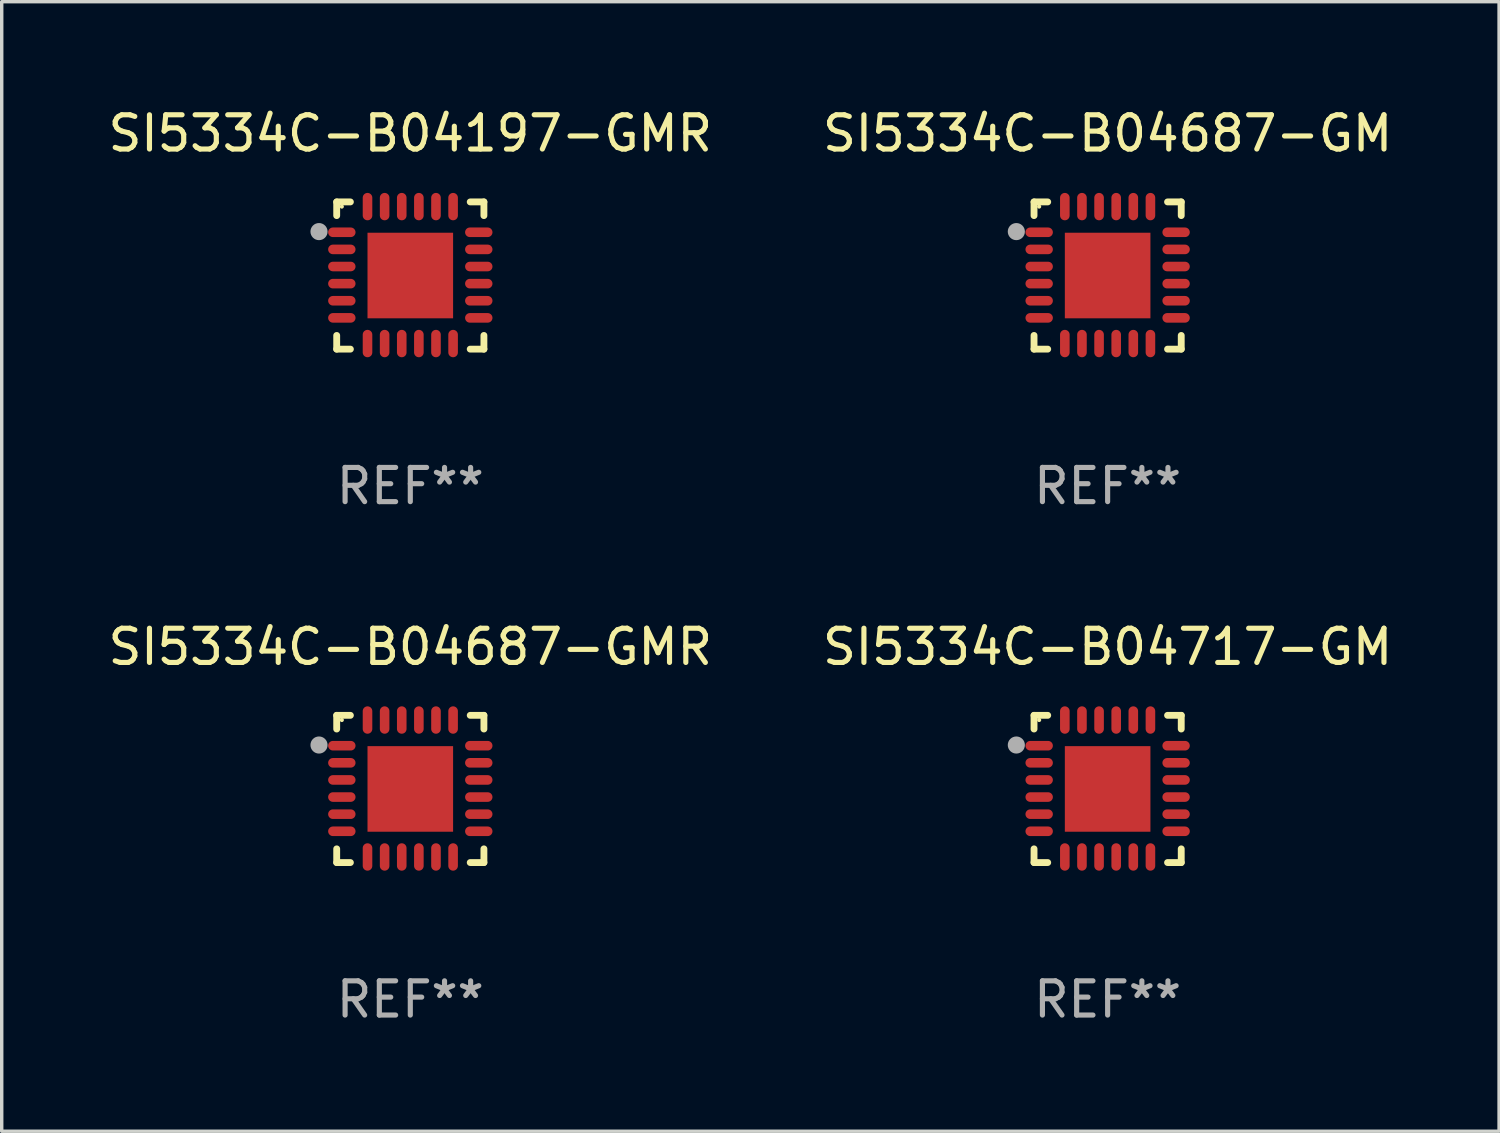
<source format=kicad_pcb>
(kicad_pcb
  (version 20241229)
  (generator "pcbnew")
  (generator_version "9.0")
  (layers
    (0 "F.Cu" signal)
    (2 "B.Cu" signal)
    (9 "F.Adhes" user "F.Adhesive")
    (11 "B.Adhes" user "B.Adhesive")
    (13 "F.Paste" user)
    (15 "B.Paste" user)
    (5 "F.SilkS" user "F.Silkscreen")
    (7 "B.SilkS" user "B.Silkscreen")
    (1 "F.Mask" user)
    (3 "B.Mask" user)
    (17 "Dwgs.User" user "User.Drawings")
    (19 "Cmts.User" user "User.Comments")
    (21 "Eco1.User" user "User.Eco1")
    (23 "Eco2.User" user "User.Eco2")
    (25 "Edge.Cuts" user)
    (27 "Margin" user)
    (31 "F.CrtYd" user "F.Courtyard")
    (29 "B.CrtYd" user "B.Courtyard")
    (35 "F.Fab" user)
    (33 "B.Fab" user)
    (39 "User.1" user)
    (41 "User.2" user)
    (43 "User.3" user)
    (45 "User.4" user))
  (footprint "SI5334C-B04687-GMR"
    (layer "F.Cu")
    (at 8.935 19.995)
    (property "Reference" "SI5334C-B04687-GMR" (at 0 -4.15 0) (layer "F.SilkS") (effects (font (size 1 1) (thickness 0.15))))
    (attr through_hole)
    (fp_line (start -2.15 -2.15) (end -1.75 -2.15) (stroke (width 0.2) (type solid)) (layer "F.SilkS"))
    (fp_line (start -2.15 -1.75) (end -2.15 -2.15) (stroke (width 0.2) (type solid)) (layer "F.SilkS"))
    (fp_line (start -2.15 2.15) (end -2.15 1.75) (stroke (width 0.2) (type solid)) (layer "F.SilkS"))
    (fp_line (start -1.75 2.15) (end -2.15 2.15) (stroke (width 0.2) (type solid)) (layer "F.SilkS"))
    (fp_line (start 1.75 -2.15) (end 2.15 -2.15) (stroke (width 0.2) (type solid)) (layer "F.SilkS"))
    (fp_line (start 1.75 2.15) (end 2.15 2.15) (stroke (width 0.2) (type solid)) (layer "F.SilkS"))
    (fp_line (start 2.15 -2.15) (end 2.15 -1.75) (stroke (width 0.2) (type solid)) (layer "F.SilkS"))
    (fp_line (start 2.15 2.15) (end 2.15 1.75) (stroke (width 0.2) (type solid)) (layer "F.SilkS"))
    (fp_circle (center -2 -2.013) (end -1.97 -2.013) (stroke (width 0.06) (type solid)) (fill no) (layer "F.SilkS"))
    (fp_circle (center -2.667 -1.283) (end -2.542 -1.283) (stroke (width 0.25) (type solid)) (fill no) (layer "F.Fab"))
    (fp_text user "REF**" (at 0 6.15 0) (layer "F.Fab") (effects (font (size 1 1) (thickness 0.15))))
    (pad "1" smd oval (at -2 -1.263) (size 0.8 0.28) (layers "F.Cu" "F.Mask" "F.Paste"))
    (pad "2" smd oval (at -2 -0.763) (size 0.8 0.28) (layers "F.Cu" "F.Mask" "F.Paste"))
    (pad "3" smd oval (at -2 -0.263) (size 0.8 0.28) (layers "F.Cu" "F.Mask" "F.Paste"))
    (pad "4" smd oval (at -2 0.237) (size 0.8 0.28) (layers "F.Cu" "F.Mask" "F.Paste"))
    (pad "5" smd oval (at -2 0.737) (size 0.8 0.28) (layers "F.Cu" "F.Mask" "F.Paste"))
    (pad "6" smd oval (at -2 1.237) (size 0.8 0.28) (layers "F.Cu" "F.Mask" "F.Paste"))
    (pad "7" smd oval (at -1.25 1.987) (size 0.28 0.8) (layers "F.Cu" "F.Mask" "F.Paste"))
    (pad "8" smd oval (at -0.75 1.987) (size 0.28 0.8) (layers "F.Cu" "F.Mask" "F.Paste"))
    (pad "9" smd oval (at -0.25 1.987) (size 0.28 0.8) (layers "F.Cu" "F.Mask" "F.Paste"))
    (pad "10" smd oval (at 0.25 1.987) (size 0.28 0.8) (layers "F.Cu" "F.Mask" "F.Paste"))
    (pad "11" smd oval (at 0.75 1.987) (size 0.28 0.8) (layers "F.Cu" "F.Mask" "F.Paste"))
    (pad "12" smd oval (at 1.25 1.987) (size 0.28 0.8) (layers "F.Cu" "F.Mask" "F.Paste"))
    (pad "13" smd oval (at 2 1.237) (size 0.8 0.28) (layers "F.Cu" "F.Mask" "F.Paste"))
    (pad "14" smd oval (at 2 0.737) (size 0.8 0.28) (layers "F.Cu" "F.Mask" "F.Paste"))
    (pad "15" smd oval (at 2 0.237) (size 0.8 0.28) (layers "F.Cu" "F.Mask" "F.Paste"))
    (pad "16" smd oval (at 2 -0.263) (size 0.8 0.28) (layers "F.Cu" "F.Mask" "F.Paste"))
    (pad "17" smd oval (at 2 -0.763) (size 0.8 0.28) (layers "F.Cu" "F.Mask" "F.Paste"))
    (pad "18" smd oval (at 2 -1.263) (size 0.8 0.28) (layers "F.Cu" "F.Mask" "F.Paste"))
    (pad "19" smd oval (at 1.25 -2.013) (size 0.28 0.8) (layers "F.Cu" "F.Mask" "F.Paste"))
    (pad "20" smd oval (at 0.75 -2.013) (size 0.28 0.8) (layers "F.Cu" "F.Mask" "F.Paste"))
    (pad "21" smd oval (at 0.25 -2.013) (size 0.28 0.8) (layers "F.Cu" "F.Mask" "F.Paste"))
    (pad "22" smd oval (at -0.25 -2.013) (size 0.28 0.8) (layers "F.Cu" "F.Mask" "F.Paste"))
    (pad "23" smd oval (at -0.75 -2.013) (size 0.28 0.8) (layers "F.Cu" "F.Mask" "F.Paste"))
    (pad "24" smd oval (at -1.25 -2.013) (size 0.28 0.8) (layers "F.Cu" "F.Mask" "F.Paste"))
    (pad "25" smd rect (at -0.000127 -0.00014) (size 2.5 2.5) (layers "F.Cu" "F.Mask" "F.Paste")))
  (footprint "SI5334C-B04687-GM"
    (layer "F.Cu")
    (at 29.304 4.998)
    (property "Reference" "SI5334C-B04687-GM" (at 0 -4.15 0) (layer "F.SilkS") (effects (font (size 1 1) (thickness 0.15))))
    (attr through_hole)
    (fp_line (start -2.15 -2.15) (end -1.75 -2.15) (stroke (width 0.2) (type solid)) (layer "F.SilkS"))
    (fp_line (start -2.15 -1.75) (end -2.15 -2.15) (stroke (width 0.2) (type solid)) (layer "F.SilkS"))
    (fp_line (start -2.15 2.15) (end -2.15 1.75) (stroke (width 0.2) (type solid)) (layer "F.SilkS"))
    (fp_line (start -1.75 2.15) (end -2.15 2.15) (stroke (width 0.2) (type solid)) (layer "F.SilkS"))
    (fp_line (start 1.75 -2.15) (end 2.15 -2.15) (stroke (width 0.2) (type solid)) (layer "F.SilkS"))
    (fp_line (start 1.75 2.15) (end 2.15 2.15) (stroke (width 0.2) (type solid)) (layer "F.SilkS"))
    (fp_line (start 2.15 -2.15) (end 2.15 -1.75) (stroke (width 0.2) (type solid)) (layer "F.SilkS"))
    (fp_line (start 2.15 2.15) (end 2.15 1.75) (stroke (width 0.2) (type solid)) (layer "F.SilkS"))
    (fp_circle (center -2 -2.013) (end -1.97 -2.013) (stroke (width 0.06) (type solid)) (fill no) (layer "F.SilkS"))
    (fp_circle (center -2.667 -1.283) (end -2.542 -1.283) (stroke (width 0.25) (type solid)) (fill no) (layer "F.Fab"))
    (fp_text user "REF**" (at 0 6.15 0) (layer "F.Fab") (effects (font (size 1 1) (thickness 0.15))))
    (pad "1" smd oval (at -2 -1.263) (size 0.8 0.28) (layers "F.Cu" "F.Mask" "F.Paste"))
    (pad "2" smd oval (at -2 -0.763) (size 0.8 0.28) (layers "F.Cu" "F.Mask" "F.Paste"))
    (pad "3" smd oval (at -2 -0.263) (size 0.8 0.28) (layers "F.Cu" "F.Mask" "F.Paste"))
    (pad "4" smd oval (at -2 0.237) (size 0.8 0.28) (layers "F.Cu" "F.Mask" "F.Paste"))
    (pad "5" smd oval (at -2 0.737) (size 0.8 0.28) (layers "F.Cu" "F.Mask" "F.Paste"))
    (pad "6" smd oval (at -2 1.237) (size 0.8 0.28) (layers "F.Cu" "F.Mask" "F.Paste"))
    (pad "7" smd oval (at -1.25 1.987) (size 0.28 0.8) (layers "F.Cu" "F.Mask" "F.Paste"))
    (pad "8" smd oval (at -0.75 1.987) (size 0.28 0.8) (layers "F.Cu" "F.Mask" "F.Paste"))
    (pad "9" smd oval (at -0.25 1.987) (size 0.28 0.8) (layers "F.Cu" "F.Mask" "F.Paste"))
    (pad "10" smd oval (at 0.25 1.987) (size 0.28 0.8) (layers "F.Cu" "F.Mask" "F.Paste"))
    (pad "11" smd oval (at 0.75 1.987) (size 0.28 0.8) (layers "F.Cu" "F.Mask" "F.Paste"))
    (pad "12" smd oval (at 1.25 1.987) (size 0.28 0.8) (layers "F.Cu" "F.Mask" "F.Paste"))
    (pad "13" smd oval (at 2 1.237) (size 0.8 0.28) (layers "F.Cu" "F.Mask" "F.Paste"))
    (pad "14" smd oval (at 2 0.737) (size 0.8 0.28) (layers "F.Cu" "F.Mask" "F.Paste"))
    (pad "15" smd oval (at 2 0.237) (size 0.8 0.28) (layers "F.Cu" "F.Mask" "F.Paste"))
    (pad "16" smd oval (at 2 -0.263) (size 0.8 0.28) (layers "F.Cu" "F.Mask" "F.Paste"))
    (pad "17" smd oval (at 2 -0.763) (size 0.8 0.28) (layers "F.Cu" "F.Mask" "F.Paste"))
    (pad "18" smd oval (at 2 -1.263) (size 0.8 0.28) (layers "F.Cu" "F.Mask" "F.Paste"))
    (pad "19" smd oval (at 1.25 -2.013) (size 0.28 0.8) (layers "F.Cu" "F.Mask" "F.Paste"))
    (pad "20" smd oval (at 0.75 -2.013) (size 0.28 0.8) (layers "F.Cu" "F.Mask" "F.Paste"))
    (pad "21" smd oval (at 0.25 -2.013) (size 0.28 0.8) (layers "F.Cu" "F.Mask" "F.Paste"))
    (pad "22" smd oval (at -0.25 -2.013) (size 0.28 0.8) (layers "F.Cu" "F.Mask" "F.Paste"))
    (pad "23" smd oval (at -0.75 -2.013) (size 0.28 0.8) (layers "F.Cu" "F.Mask" "F.Paste"))
    (pad "24" smd oval (at -1.25 -2.013) (size 0.28 0.8) (layers "F.Cu" "F.Mask" "F.Paste"))
    (pad "25" smd rect (at -0.000127 -0.00014) (size 2.5 2.5) (layers "F.Cu" "F.Mask" "F.Paste")))
  (footprint "SI5334C-B04197-GMR"
    (layer "F.Cu")
    (at 8.935 4.998)
    (property "Reference" "SI5334C-B04197-GMR" (at 0 -4.15 0) (layer "F.SilkS") (effects (font (size 1 1) (thickness 0.15))))
    (attr through_hole)
    (fp_line (start -2.15 -2.15) (end -1.75 -2.15) (stroke (width 0.2) (type solid)) (layer "F.SilkS"))
    (fp_line (start -2.15 -1.75) (end -2.15 -2.15) (stroke (width 0.2) (type solid)) (layer "F.SilkS"))
    (fp_line (start -2.15 2.15) (end -2.15 1.75) (stroke (width 0.2) (type solid)) (layer "F.SilkS"))
    (fp_line (start -1.75 2.15) (end -2.15 2.15) (stroke (width 0.2) (type solid)) (layer "F.SilkS"))
    (fp_line (start 1.75 -2.15) (end 2.15 -2.15) (stroke (width 0.2) (type solid)) (layer "F.SilkS"))
    (fp_line (start 1.75 2.15) (end 2.15 2.15) (stroke (width 0.2) (type solid)) (layer "F.SilkS"))
    (fp_line (start 2.15 -2.15) (end 2.15 -1.75) (stroke (width 0.2) (type solid)) (layer "F.SilkS"))
    (fp_line (start 2.15 2.15) (end 2.15 1.75) (stroke (width 0.2) (type solid)) (layer "F.SilkS"))
    (fp_circle (center -2 -2.013) (end -1.97 -2.013) (stroke (width 0.06) (type solid)) (fill no) (layer "F.SilkS"))
    (fp_circle (center -2.667 -1.283) (end -2.542 -1.283) (stroke (width 0.25) (type solid)) (fill no) (layer "F.Fab"))
    (fp_text user "REF**" (at 0 6.15 0) (layer "F.Fab") (effects (font (size 1 1) (thickness 0.15))))
    (pad "1" smd oval (at -2 -1.263) (size 0.8 0.28) (layers "F.Cu" "F.Mask" "F.Paste"))
    (pad "2" smd oval (at -2 -0.763) (size 0.8 0.28) (layers "F.Cu" "F.Mask" "F.Paste"))
    (pad "3" smd oval (at -2 -0.263) (size 0.8 0.28) (layers "F.Cu" "F.Mask" "F.Paste"))
    (pad "4" smd oval (at -2 0.237) (size 0.8 0.28) (layers "F.Cu" "F.Mask" "F.Paste"))
    (pad "5" smd oval (at -2 0.737) (size 0.8 0.28) (layers "F.Cu" "F.Mask" "F.Paste"))
    (pad "6" smd oval (at -2 1.237) (size 0.8 0.28) (layers "F.Cu" "F.Mask" "F.Paste"))
    (pad "7" smd oval (at -1.25 1.987) (size 0.28 0.8) (layers "F.Cu" "F.Mask" "F.Paste"))
    (pad "8" smd oval (at -0.75 1.987) (size 0.28 0.8) (layers "F.Cu" "F.Mask" "F.Paste"))
    (pad "9" smd oval (at -0.25 1.987) (size 0.28 0.8) (layers "F.Cu" "F.Mask" "F.Paste"))
    (pad "10" smd oval (at 0.25 1.987) (size 0.28 0.8) (layers "F.Cu" "F.Mask" "F.Paste"))
    (pad "11" smd oval (at 0.75 1.987) (size 0.28 0.8) (layers "F.Cu" "F.Mask" "F.Paste"))
    (pad "12" smd oval (at 1.25 1.987) (size 0.28 0.8) (layers "F.Cu" "F.Mask" "F.Paste"))
    (pad "13" smd oval (at 2 1.237) (size 0.8 0.28) (layers "F.Cu" "F.Mask" "F.Paste"))
    (pad "14" smd oval (at 2 0.737) (size 0.8 0.28) (layers "F.Cu" "F.Mask" "F.Paste"))
    (pad "15" smd oval (at 2 0.237) (size 0.8 0.28) (layers "F.Cu" "F.Mask" "F.Paste"))
    (pad "16" smd oval (at 2 -0.263) (size 0.8 0.28) (layers "F.Cu" "F.Mask" "F.Paste"))
    (pad "17" smd oval (at 2 -0.763) (size 0.8 0.28) (layers "F.Cu" "F.Mask" "F.Paste"))
    (pad "18" smd oval (at 2 -1.263) (size 0.8 0.28) (layers "F.Cu" "F.Mask" "F.Paste"))
    (pad "19" smd oval (at 1.25 -2.013) (size 0.28 0.8) (layers "F.Cu" "F.Mask" "F.Paste"))
    (pad "20" smd oval (at 0.75 -2.013) (size 0.28 0.8) (layers "F.Cu" "F.Mask" "F.Paste"))
    (pad "21" smd oval (at 0.25 -2.013) (size 0.28 0.8) (layers "F.Cu" "F.Mask" "F.Paste"))
    (pad "22" smd oval (at -0.25 -2.013) (size 0.28 0.8) (layers "F.Cu" "F.Mask" "F.Paste"))
    (pad "23" smd oval (at -0.75 -2.013) (size 0.28 0.8) (layers "F.Cu" "F.Mask" "F.Paste"))
    (pad "24" smd oval (at -1.25 -2.013) (size 0.28 0.8) (layers "F.Cu" "F.Mask" "F.Paste"))
    (pad "25" smd rect (at -0.000127 -0.00014) (size 2.5 2.5) (layers "F.Cu" "F.Mask" "F.Paste")))
  (footprint "SI5334C-B04717-GM"
    (layer "F.Cu")
    (at 29.304 19.995)
    (property "Reference" "SI5334C-B04717-GM" (at 0 -4.15 0) (layer "F.SilkS") (effects (font (size 1 1) (thickness 0.15))))
    (attr through_hole)
    (fp_line (start -2.15 -2.15) (end -1.75 -2.15) (stroke (width 0.2) (type solid)) (layer "F.SilkS"))
    (fp_line (start -2.15 -1.75) (end -2.15 -2.15) (stroke (width 0.2) (type solid)) (layer "F.SilkS"))
    (fp_line (start -2.15 2.15) (end -2.15 1.75) (stroke (width 0.2) (type solid)) (layer "F.SilkS"))
    (fp_line (start -1.75 2.15) (end -2.15 2.15) (stroke (width 0.2) (type solid)) (layer "F.SilkS"))
    (fp_line (start 1.75 -2.15) (end 2.15 -2.15) (stroke (width 0.2) (type solid)) (layer "F.SilkS"))
    (fp_line (start 1.75 2.15) (end 2.15 2.15) (stroke (width 0.2) (type solid)) (layer "F.SilkS"))
    (fp_line (start 2.15 -2.15) (end 2.15 -1.75) (stroke (width 0.2) (type solid)) (layer "F.SilkS"))
    (fp_line (start 2.15 2.15) (end 2.15 1.75) (stroke (width 0.2) (type solid)) (layer "F.SilkS"))
    (fp_circle (center -2 -2.013) (end -1.97 -2.013) (stroke (width 0.06) (type solid)) (fill no) (layer "F.SilkS"))
    (fp_circle (center -2.667 -1.283) (end -2.542 -1.283) (stroke (width 0.25) (type solid)) (fill no) (layer "F.Fab"))
    (fp_text user "REF**" (at 0 6.15 0) (layer "F.Fab") (effects (font (size 1 1) (thickness 0.15))))
    (pad "1" smd oval (at -2 -1.263) (size 0.8 0.28) (layers "F.Cu" "F.Mask" "F.Paste"))
    (pad "2" smd oval (at -2 -0.763) (size 0.8 0.28) (layers "F.Cu" "F.Mask" "F.Paste"))
    (pad "3" smd oval (at -2 -0.263) (size 0.8 0.28) (layers "F.Cu" "F.Mask" "F.Paste"))
    (pad "4" smd oval (at -2 0.237) (size 0.8 0.28) (layers "F.Cu" "F.Mask" "F.Paste"))
    (pad "5" smd oval (at -2 0.737) (size 0.8 0.28) (layers "F.Cu" "F.Mask" "F.Paste"))
    (pad "6" smd oval (at -2 1.237) (size 0.8 0.28) (layers "F.Cu" "F.Mask" "F.Paste"))
    (pad "7" smd oval (at -1.25 1.987) (size 0.28 0.8) (layers "F.Cu" "F.Mask" "F.Paste"))
    (pad "8" smd oval (at -0.75 1.987) (size 0.28 0.8) (layers "F.Cu" "F.Mask" "F.Paste"))
    (pad "9" smd oval (at -0.25 1.987) (size 0.28 0.8) (layers "F.Cu" "F.Mask" "F.Paste"))
    (pad "10" smd oval (at 0.25 1.987) (size 0.28 0.8) (layers "F.Cu" "F.Mask" "F.Paste"))
    (pad "11" smd oval (at 0.75 1.987) (size 0.28 0.8) (layers "F.Cu" "F.Mask" "F.Paste"))
    (pad "12" smd oval (at 1.25 1.987) (size 0.28 0.8) (layers "F.Cu" "F.Mask" "F.Paste"))
    (pad "13" smd oval (at 2 1.237) (size 0.8 0.28) (layers "F.Cu" "F.Mask" "F.Paste"))
    (pad "14" smd oval (at 2 0.737) (size 0.8 0.28) (layers "F.Cu" "F.Mask" "F.Paste"))
    (pad "15" smd oval (at 2 0.237) (size 0.8 0.28) (layers "F.Cu" "F.Mask" "F.Paste"))
    (pad "16" smd oval (at 2 -0.263) (size 0.8 0.28) (layers "F.Cu" "F.Mask" "F.Paste"))
    (pad "17" smd oval (at 2 -0.763) (size 0.8 0.28) (layers "F.Cu" "F.Mask" "F.Paste"))
    (pad "18" smd oval (at 2 -1.263) (size 0.8 0.28) (layers "F.Cu" "F.Mask" "F.Paste"))
    (pad "19" smd oval (at 1.25 -2.013) (size 0.28 0.8) (layers "F.Cu" "F.Mask" "F.Paste"))
    (pad "20" smd oval (at 0.75 -2.013) (size 0.28 0.8) (layers "F.Cu" "F.Mask" "F.Paste"))
    (pad "21" smd oval (at 0.25 -2.013) (size 0.28 0.8) (layers "F.Cu" "F.Mask" "F.Paste"))
    (pad "22" smd oval (at -0.25 -2.013) (size 0.28 0.8) (layers "F.Cu" "F.Mask" "F.Paste"))
    (pad "23" smd oval (at -0.75 -2.013) (size 0.28 0.8) (layers "F.Cu" "F.Mask" "F.Paste"))
    (pad "24" smd oval (at -1.25 -2.013) (size 0.28 0.8) (layers "F.Cu" "F.Mask" "F.Paste"))
    (pad "25" smd rect (at -0.000127 -0.00014) (size 2.5 2.5) (layers "F.Cu" "F.Mask" "F.Paste")))
  (gr_rect
    (start -3 -3)
    (end 40.738 29.993)
    (stroke (width 0.1) (type default))
    (fill no)
    (layer "Edge.Cuts")))
</source>
